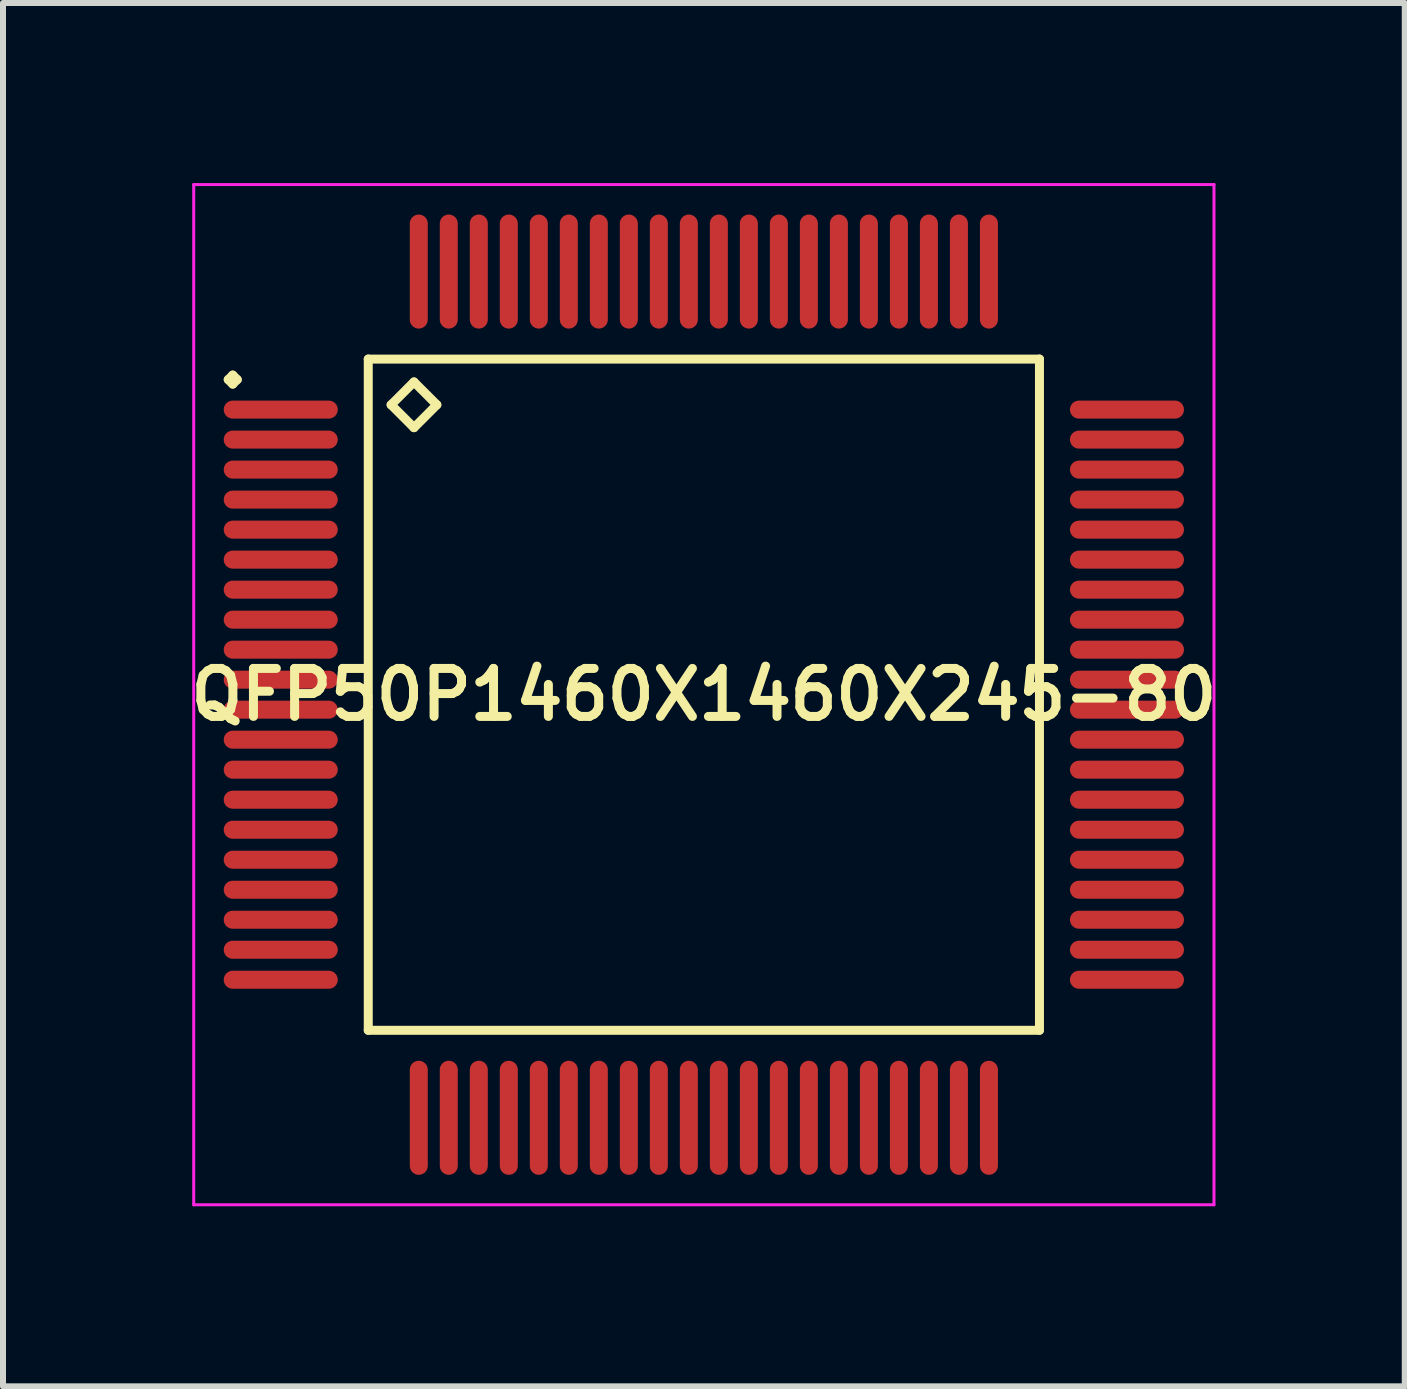
<source format=kicad_pcb>
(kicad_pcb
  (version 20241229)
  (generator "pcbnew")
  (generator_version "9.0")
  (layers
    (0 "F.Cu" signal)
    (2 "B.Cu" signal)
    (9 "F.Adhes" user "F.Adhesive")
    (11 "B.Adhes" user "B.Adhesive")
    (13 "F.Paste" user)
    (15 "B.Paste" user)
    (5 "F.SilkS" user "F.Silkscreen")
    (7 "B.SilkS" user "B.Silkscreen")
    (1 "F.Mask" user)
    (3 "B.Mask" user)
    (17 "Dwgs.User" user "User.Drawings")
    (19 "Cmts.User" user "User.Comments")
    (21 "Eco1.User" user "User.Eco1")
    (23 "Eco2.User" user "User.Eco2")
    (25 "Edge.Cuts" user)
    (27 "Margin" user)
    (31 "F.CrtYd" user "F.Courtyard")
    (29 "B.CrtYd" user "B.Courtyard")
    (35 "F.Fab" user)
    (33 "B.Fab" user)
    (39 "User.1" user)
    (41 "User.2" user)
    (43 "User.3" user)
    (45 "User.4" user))
  (footprint "QFP50P1460X1460X245-80"
    (layer "F.Cu")
    (at 8.678 8.525)
    (property "Reference" "QFP50P1460X1460X245-80" (at 0 0 0) (layer "F.SilkS") (effects (font (size 0.8 0.8) (thickness 0.15))))
    (attr smd)
    (fp_line (start -7.925 -5.25) (end -7.85 -5.325) (stroke (width 0.15) (type solid)) (layer "F.SilkS"))
    (fp_line (start -7.85 -5.325) (end -7.775 -5.25) (stroke (width 0.15) (type solid)) (layer "F.SilkS"))
    (fp_line (start -7.85 -5.175) (end -7.925 -5.25) (stroke (width 0.15) (type solid)) (layer "F.SilkS"))
    (fp_line (start -7.775 -5.25) (end -7.85 -5.175) (stroke (width 0.15) (type solid)) (layer "F.SilkS"))
    (fp_line (start -5.592 -5.592) (end -5.592 5.592) (stroke (width 0.15) (type solid)) (layer "F.SilkS"))
    (fp_line (start -5.592 5.592) (end 5.592 5.592) (stroke (width 0.15) (type solid)) (layer "F.SilkS"))
    (fp_line (start -5.211 -4.83) (end -4.83 -5.211) (stroke (width 0.15) (type solid)) (layer "F.SilkS"))
    (fp_line (start -4.83 -5.211) (end -4.449 -4.83) (stroke (width 0.15) (type solid)) (layer "F.SilkS"))
    (fp_line (start -4.83 -4.449) (end -5.211 -4.83) (stroke (width 0.15) (type solid)) (layer "F.SilkS"))
    (fp_line (start -4.449 -4.83) (end -4.83 -4.449) (stroke (width 0.15) (type solid)) (layer "F.SilkS"))
    (fp_line (start 5.592 -5.592) (end -5.592 -5.592) (stroke (width 0.15) (type solid)) (layer "F.SilkS"))
    (fp_line (start 5.592 5.592) (end 5.592 -5.592) (stroke (width 0.15) (type solid)) (layer "F.SilkS"))
    (fp_line (start -8.5 -8.5) (end 8.5 -8.5) (stroke (width 0.05) (type solid)) (layer "F.CrtYd"))
    (fp_line (start -8.5 8.5) (end -8.5 -8.5) (stroke (width 0.05) (type solid)) (layer "F.CrtYd"))
    (fp_line (start 8.5 -8.5) (end 8.5 8.5) (stroke (width 0.05) (type solid)) (layer "F.CrtYd"))
    (fp_line (start 8.5 8.5) (end -8.5 8.5) (stroke (width 0.05) (type solid)) (layer "F.CrtYd"))
    (pad "1" smd oval (at -7.05 -4.75) (size 1.9 0.3) (layers "F.Cu" "F.Mask" "F.Paste"))
    (pad "2" smd oval (at -7.05 -4.25) (size 1.9 0.3) (layers "F.Cu" "F.Mask" "F.Paste"))
    (pad "3" smd oval (at -7.05 -3.75) (size 1.9 0.3) (layers "F.Cu" "F.Mask" "F.Paste"))
    (pad "4" smd oval (at -7.05 -3.25) (size 1.9 0.3) (layers "F.Cu" "F.Mask" "F.Paste"))
    (pad "5" smd oval (at -7.05 -2.75) (size 1.9 0.3) (layers "F.Cu" "F.Mask" "F.Paste"))
    (pad "6" smd oval (at -7.05 -2.25) (size 1.9 0.3) (layers "F.Cu" "F.Mask" "F.Paste"))
    (pad "7" smd oval (at -7.05 -1.75) (size 1.9 0.3) (layers "F.Cu" "F.Mask" "F.Paste"))
    (pad "8" smd oval (at -7.05 -1.25) (size 1.9 0.3) (layers "F.Cu" "F.Mask" "F.Paste"))
    (pad "9" smd oval (at -7.05 -0.75) (size 1.9 0.3) (layers "F.Cu" "F.Mask" "F.Paste"))
    (pad "10" smd oval (at -7.05 -0.25) (size 1.9 0.3) (layers "F.Cu" "F.Mask" "F.Paste"))
    (pad "11" smd oval (at -7.05 0.25) (size 1.9 0.3) (layers "F.Cu" "F.Mask" "F.Paste"))
    (pad "12" smd oval (at -7.05 0.75) (size 1.9 0.3) (layers "F.Cu" "F.Mask" "F.Paste"))
    (pad "13" smd oval (at -7.05 1.25) (size 1.9 0.3) (layers "F.Cu" "F.Mask" "F.Paste"))
    (pad "14" smd oval (at -7.05 1.75) (size 1.9 0.3) (layers "F.Cu" "F.Mask" "F.Paste"))
    (pad "15" smd oval (at -7.05 2.25) (size 1.9 0.3) (layers "F.Cu" "F.Mask" "F.Paste"))
    (pad "16" smd oval (at -7.05 2.75) (size 1.9 0.3) (layers "F.Cu" "F.Mask" "F.Paste"))
    (pad "17" smd oval (at -7.05 3.25) (size 1.9 0.3) (layers "F.Cu" "F.Mask" "F.Paste"))
    (pad "18" smd oval (at -7.05 3.75) (size 1.9 0.3) (layers "F.Cu" "F.Mask" "F.Paste"))
    (pad "19" smd oval (at -7.05 4.25) (size 1.9 0.3) (layers "F.Cu" "F.Mask" "F.Paste"))
    (pad "20" smd oval (at -7.05 4.75) (size 1.9 0.3) (layers "F.Cu" "F.Mask" "F.Paste"))
    (pad "21" smd oval (at -4.75 7.05) (size 0.3 1.9) (layers "F.Cu" "F.Mask" "F.Paste"))
    (pad "22" smd oval (at -4.25 7.05) (size 0.3 1.9) (layers "F.Cu" "F.Mask" "F.Paste"))
    (pad "23" smd oval (at -3.75 7.05) (size 0.3 1.9) (layers "F.Cu" "F.Mask" "F.Paste"))
    (pad "24" smd oval (at -3.25 7.05) (size 0.3 1.9) (layers "F.Cu" "F.Mask" "F.Paste"))
    (pad "25" smd oval (at -2.75 7.05) (size 0.3 1.9) (layers "F.Cu" "F.Mask" "F.Paste"))
    (pad "26" smd oval (at -2.25 7.05) (size 0.3 1.9) (layers "F.Cu" "F.Mask" "F.Paste"))
    (pad "27" smd oval (at -1.75 7.05) (size 0.3 1.9) (layers "F.Cu" "F.Mask" "F.Paste"))
    (pad "28" smd oval (at -1.25 7.05) (size 0.3 1.9) (layers "F.Cu" "F.Mask" "F.Paste"))
    (pad "29" smd oval (at -0.75 7.05) (size 0.3 1.9) (layers "F.Cu" "F.Mask" "F.Paste"))
    (pad "30" smd oval (at -0.25 7.05) (size 0.3 1.9) (layers "F.Cu" "F.Mask" "F.Paste"))
    (pad "31" smd oval (at 0.25 7.05) (size 0.3 1.9) (layers "F.Cu" "F.Mask" "F.Paste"))
    (pad "32" smd oval (at 0.75 7.05) (size 0.3 1.9) (layers "F.Cu" "F.Mask" "F.Paste"))
    (pad "33" smd oval (at 1.25 7.05) (size 0.3 1.9) (layers "F.Cu" "F.Mask" "F.Paste"))
    (pad "34" smd oval (at 1.75 7.05) (size 0.3 1.9) (layers "F.Cu" "F.Mask" "F.Paste"))
    (pad "35" smd oval (at 2.25 7.05) (size 0.3 1.9) (layers "F.Cu" "F.Mask" "F.Paste"))
    (pad "36" smd oval (at 2.75 7.05) (size 0.3 1.9) (layers "F.Cu" "F.Mask" "F.Paste"))
    (pad "37" smd oval (at 3.25 7.05) (size 0.3 1.9) (layers "F.Cu" "F.Mask" "F.Paste"))
    (pad "38" smd oval (at 3.75 7.05) (size 0.3 1.9) (layers "F.Cu" "F.Mask" "F.Paste"))
    (pad "39" smd oval (at 4.25 7.05) (size 0.3 1.9) (layers "F.Cu" "F.Mask" "F.Paste"))
    (pad "40" smd oval (at 4.75 7.05) (size 0.3 1.9) (layers "F.Cu" "F.Mask" "F.Paste"))
    (pad "41" smd oval (at 7.05 4.75) (size 1.9 0.3) (layers "F.Cu" "F.Mask" "F.Paste"))
    (pad "42" smd oval (at 7.05 4.25) (size 1.9 0.3) (layers "F.Cu" "F.Mask" "F.Paste"))
    (pad "43" smd oval (at 7.05 3.75) (size 1.9 0.3) (layers "F.Cu" "F.Mask" "F.Paste"))
    (pad "44" smd oval (at 7.05 3.25) (size 1.9 0.3) (layers "F.Cu" "F.Mask" "F.Paste"))
    (pad "45" smd oval (at 7.05 2.75) (size 1.9 0.3) (layers "F.Cu" "F.Mask" "F.Paste"))
    (pad "46" smd oval (at 7.05 2.25) (size 1.9 0.3) (layers "F.Cu" "F.Mask" "F.Paste"))
    (pad "47" smd oval (at 7.05 1.75) (size 1.9 0.3) (layers "F.Cu" "F.Mask" "F.Paste"))
    (pad "48" smd oval (at 7.05 1.25) (size 1.9 0.3) (layers "F.Cu" "F.Mask" "F.Paste"))
    (pad "49" smd oval (at 7.05 0.75) (size 1.9 0.3) (layers "F.Cu" "F.Mask" "F.Paste"))
    (pad "50" smd oval (at 7.05 0.25) (size 1.9 0.3) (layers "F.Cu" "F.Mask" "F.Paste"))
    (pad "51" smd oval (at 7.05 -0.25) (size 1.9 0.3) (layers "F.Cu" "F.Mask" "F.Paste"))
    (pad "52" smd oval (at 7.05 -0.75) (size 1.9 0.3) (layers "F.Cu" "F.Mask" "F.Paste"))
    (pad "53" smd oval (at 7.05 -1.25) (size 1.9 0.3) (layers "F.Cu" "F.Mask" "F.Paste"))
    (pad "54" smd oval (at 7.05 -1.75) (size 1.9 0.3) (layers "F.Cu" "F.Mask" "F.Paste"))
    (pad "55" smd oval (at 7.05 -2.25) (size 1.9 0.3) (layers "F.Cu" "F.Mask" "F.Paste"))
    (pad "56" smd oval (at 7.05 -2.75) (size 1.9 0.3) (layers "F.Cu" "F.Mask" "F.Paste"))
    (pad "57" smd oval (at 7.05 -3.25) (size 1.9 0.3) (layers "F.Cu" "F.Mask" "F.Paste"))
    (pad "58" smd oval (at 7.05 -3.75) (size 1.9 0.3) (layers "F.Cu" "F.Mask" "F.Paste"))
    (pad "59" smd oval (at 7.05 -4.25) (size 1.9 0.3) (layers "F.Cu" "F.Mask" "F.Paste"))
    (pad "60" smd oval (at 7.05 -4.75) (size 1.9 0.3) (layers "F.Cu" "F.Mask" "F.Paste"))
    (pad "61" smd oval (at 4.75 -7.05) (size 0.3 1.9) (layers "F.Cu" "F.Mask" "F.Paste"))
    (pad "62" smd oval (at 4.25 -7.05) (size 0.3 1.9) (layers "F.Cu" "F.Mask" "F.Paste"))
    (pad "63" smd oval (at 3.75 -7.05) (size 0.3 1.9) (layers "F.Cu" "F.Mask" "F.Paste"))
    (pad "64" smd oval (at 3.25 -7.05) (size 0.3 1.9) (layers "F.Cu" "F.Mask" "F.Paste"))
    (pad "65" smd oval (at 2.75 -7.05) (size 0.3 1.9) (layers "F.Cu" "F.Mask" "F.Paste"))
    (pad "66" smd oval (at 2.25 -7.05) (size 0.3 1.9) (layers "F.Cu" "F.Mask" "F.Paste"))
    (pad "67" smd oval (at 1.75 -7.05) (size 0.3 1.9) (layers "F.Cu" "F.Mask" "F.Paste"))
    (pad "68" smd oval (at 1.25 -7.05) (size 0.3 1.9) (layers "F.Cu" "F.Mask" "F.Paste"))
    (pad "69" smd oval (at 0.75 -7.05) (size 0.3 1.9) (layers "F.Cu" "F.Mask" "F.Paste"))
    (pad "70" smd oval (at 0.25 -7.05) (size 0.3 1.9) (layers "F.Cu" "F.Mask" "F.Paste"))
    (pad "71" smd oval (at -0.25 -7.05) (size 0.3 1.9) (layers "F.Cu" "F.Mask" "F.Paste"))
    (pad "72" smd oval (at -0.75 -7.05) (size 0.3 1.9) (layers "F.Cu" "F.Mask" "F.Paste"))
    (pad "73" smd oval (at -1.25 -7.05) (size 0.3 1.9) (layers "F.Cu" "F.Mask" "F.Paste"))
    (pad "74" smd oval (at -1.75 -7.05) (size 0.3 1.9) (layers "F.Cu" "F.Mask" "F.Paste"))
    (pad "75" smd oval (at -2.25 -7.05) (size 0.3 1.9) (layers "F.Cu" "F.Mask" "F.Paste"))
    (pad "76" smd oval (at -2.75 -7.05) (size 0.3 1.9) (layers "F.Cu" "F.Mask" "F.Paste"))
    (pad "77" smd oval (at -3.25 -7.05) (size 0.3 1.9) (layers "F.Cu" "F.Mask" "F.Paste"))
    (pad "78" smd oval (at -3.75 -7.05) (size 0.3 1.9) (layers "F.Cu" "F.Mask" "F.Paste"))
    (pad "79" smd oval (at -4.25 -7.05) (size 0.3 1.9) (layers "F.Cu" "F.Mask" "F.Paste"))
    (pad "80" smd oval (at -4.75 -7.05) (size 0.3 1.9) (layers "F.Cu" "F.Mask" "F.Paste")))
  (gr_rect
    (start -3 -3)
    (end 20.357 20.05)
    (stroke (width 0.1) (type default))
    (fill no)
    (layer "Edge.Cuts")))
</source>
